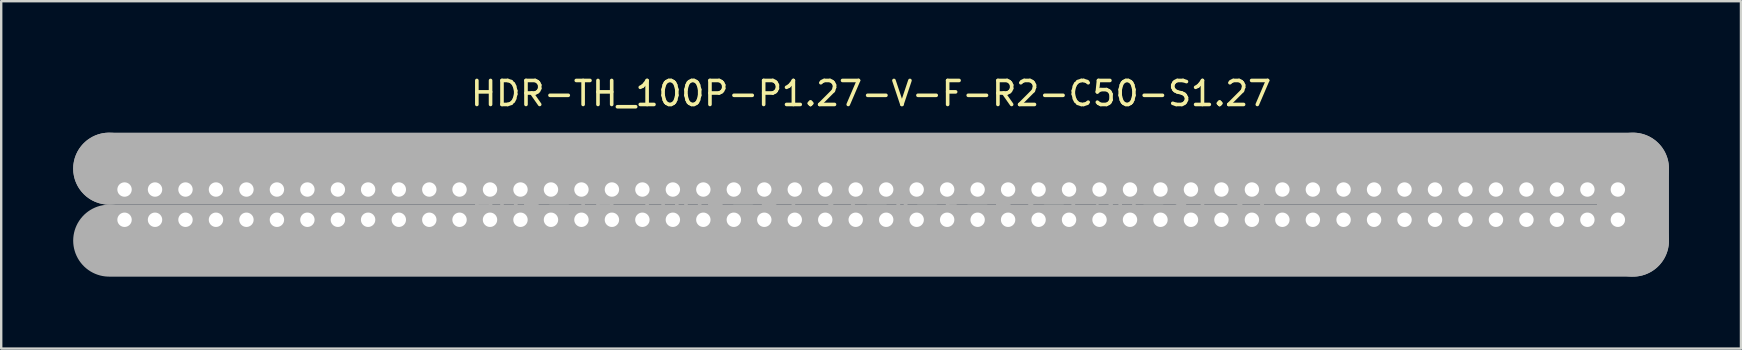
<source format=kicad_pcb>
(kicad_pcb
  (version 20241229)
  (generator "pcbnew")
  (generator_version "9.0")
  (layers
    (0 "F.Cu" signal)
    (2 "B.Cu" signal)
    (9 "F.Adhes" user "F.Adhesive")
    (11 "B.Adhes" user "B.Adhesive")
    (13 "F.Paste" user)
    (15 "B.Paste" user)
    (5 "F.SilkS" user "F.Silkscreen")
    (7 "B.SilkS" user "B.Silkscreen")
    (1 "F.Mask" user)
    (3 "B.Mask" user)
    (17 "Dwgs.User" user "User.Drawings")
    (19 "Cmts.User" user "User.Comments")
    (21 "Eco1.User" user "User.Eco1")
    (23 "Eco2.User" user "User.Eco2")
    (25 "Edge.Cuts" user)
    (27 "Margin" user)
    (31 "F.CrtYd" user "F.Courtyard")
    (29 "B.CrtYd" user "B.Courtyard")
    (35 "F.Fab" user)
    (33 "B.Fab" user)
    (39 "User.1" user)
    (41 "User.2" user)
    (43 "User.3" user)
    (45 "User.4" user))
  (footprint "HDR-TH_100P-P1.27-V-F-R2-C50-S1.27"
    (layer "F.Cu")
    (at 33.25 5.478)
    (property "Reference" "HDR-TH_100P-P1.27-V-F-R2-C50-S1.27" (at 0 -4.63 0) (layer "F.SilkS") (effects (font (size 1 1) (thickness 0.15))))
    (attr through_hole)
    (fp_circle (center -31.24 1.78) (end -31.1 1.78) (stroke (width 0.25) (type solid)) (fill no) (layer "F.SilkS"))
    (fp_line (start -31.75 -1.5) (end -31.75 -1.5) (stroke (width 3) (type solid)) (layer "F.Fab"))
    (fp_line (start -31.75 -1.5) (end 31.75 -1.5) (stroke (width 3) (type solid)) (layer "F.Fab"))
    (fp_line (start 31.75 -1.5) (end 31.75 1.5) (stroke (width 3) (type solid)) (layer "F.Fab"))
    (fp_line (start 31.75 1.5) (end -31.75 1.5) (stroke (width 3) (type solid)) (layer "F.Fab"))
    (fp_circle (center -31.88 2.05) (end -31.85 2.05) (stroke (width 0.06) (type solid)) (fill no) (layer "F.Fab"))
    (fp_circle (center -31.11 -0.63) (end -31.01 -0.63) (stroke (width 0.2) (type solid)) (fill no) (layer "F.Fab"))
    (fp_circle (center -31.11 0.63) (end -31.01 0.63) (stroke (width 0.2) (type solid)) (fill no) (layer "F.Fab"))
    (fp_circle (center -29.84 -0.63) (end -29.74 -0.63) (stroke (width 0.2) (type solid)) (fill no) (layer "F.Fab"))
    (fp_circle (center -29.84 0.63) (end -29.74 0.63) (stroke (width 0.2) (type solid)) (fill no) (layer "F.Fab"))
    (fp_circle (center -28.57 -0.63) (end -28.47 -0.63) (stroke (width 0.2) (type solid)) (fill no) (layer "F.Fab"))
    (fp_circle (center -28.57 0.63) (end -28.47 0.63) (stroke (width 0.2) (type solid)) (fill no) (layer "F.Fab"))
    (fp_circle (center -27.3 -0.63) (end -27.2 -0.63) (stroke (width 0.2) (type solid)) (fill no) (layer "F.Fab"))
    (fp_circle (center -27.3 0.63) (end -27.2 0.63) (stroke (width 0.2) (type solid)) (fill no) (layer "F.Fab"))
    (fp_circle (center -26.03 -0.63) (end -25.93 -0.63) (stroke (width 0.2) (type solid)) (fill no) (layer "F.Fab"))
    (fp_circle (center -26.03 0.63) (end -25.93 0.63) (stroke (width 0.2) (type solid)) (fill no) (layer "F.Fab"))
    (fp_circle (center -24.76 -0.63) (end -24.66 -0.63) (stroke (width 0.2) (type solid)) (fill no) (layer "F.Fab"))
    (fp_circle (center -24.76 0.63) (end -24.66 0.63) (stroke (width 0.2) (type solid)) (fill no) (layer "F.Fab"))
    (fp_circle (center -23.49 -0.63) (end -23.39 -0.63) (stroke (width 0.2) (type solid)) (fill no) (layer "F.Fab"))
    (fp_circle (center -23.49 0.63) (end -23.39 0.63) (stroke (width 0.2) (type solid)) (fill no) (layer "F.Fab"))
    (fp_circle (center -22.22 -0.63) (end -22.12 -0.63) (stroke (width 0.2) (type solid)) (fill no) (layer "F.Fab"))
    (fp_circle (center -22.22 0.63) (end -22.12 0.63) (stroke (width 0.2) (type solid)) (fill no) (layer "F.Fab"))
    (fp_circle (center -20.96 -0.63) (end -20.86 -0.63) (stroke (width 0.2) (type solid)) (fill no) (layer "F.Fab"))
    (fp_circle (center -20.96 0.63) (end -20.86 0.63) (stroke (width 0.2) (type solid)) (fill no) (layer "F.Fab"))
    (fp_circle (center -19.68 -0.63) (end -19.58 -0.63) (stroke (width 0.2) (type solid)) (fill no) (layer "F.Fab"))
    (fp_circle (center -19.68 0.63) (end -19.58 0.63) (stroke (width 0.2) (type solid)) (fill no) (layer "F.Fab"))
    (fp_circle (center -18.41 -0.63) (end -18.31 -0.63) (stroke (width 0.2) (type solid)) (fill no) (layer "F.Fab"))
    (fp_circle (center -18.41 0.63) (end -18.31 0.63) (stroke (width 0.2) (type solid)) (fill no) (layer "F.Fab"))
    (fp_circle (center -17.15 -0.63) (end -17.05 -0.63) (stroke (width 0.2) (type solid)) (fill no) (layer "F.Fab"))
    (fp_circle (center -17.15 0.63) (end -17.05 0.63) (stroke (width 0.2) (type solid)) (fill no) (layer "F.Fab"))
    (fp_circle (center -15.88 -0.63) (end -15.78 -0.63) (stroke (width 0.2) (type solid)) (fill no) (layer "F.Fab"))
    (fp_circle (center -15.88 0.63) (end -15.78 0.63) (stroke (width 0.2) (type solid)) (fill no) (layer "F.Fab"))
    (fp_circle (center -14.61 -0.63) (end -14.51 -0.63) (stroke (width 0.2) (type solid)) (fill no) (layer "F.Fab"))
    (fp_circle (center -14.61 0.63) (end -14.51 0.63) (stroke (width 0.2) (type solid)) (fill no) (layer "F.Fab"))
    (fp_circle (center -13.34 -0.63) (end -13.24 -0.63) (stroke (width 0.2) (type solid)) (fill no) (layer "F.Fab"))
    (fp_circle (center -13.34 0.63) (end -13.24 0.63) (stroke (width 0.2) (type solid)) (fill no) (layer "F.Fab"))
    (fp_circle (center -12.07 -0.63) (end -11.97 -0.63) (stroke (width 0.2) (type solid)) (fill no) (layer "F.Fab"))
    (fp_circle (center -12.07 0.63) (end -11.97 0.63) (stroke (width 0.2) (type solid)) (fill no) (layer "F.Fab"))
    (fp_circle (center -10.8 -0.63) (end -10.7 -0.63) (stroke (width 0.2) (type solid)) (fill no) (layer "F.Fab"))
    (fp_circle (center -10.8 0.63) (end -10.7 0.63) (stroke (width 0.2) (type solid)) (fill no) (layer "F.Fab"))
    (fp_circle (center -9.53 -0.63) (end -9.43 -0.63) (stroke (width 0.2) (type solid)) (fill no) (layer "F.Fab"))
    (fp_circle (center -9.53 0.63) (end -9.43 0.63) (stroke (width 0.2) (type solid)) (fill no) (layer "F.Fab"))
    (fp_circle (center -8.26 -0.63) (end -8.16 -0.63) (stroke (width 0.2) (type solid)) (fill no) (layer "F.Fab"))
    (fp_circle (center -8.26 0.63) (end -8.16 0.63) (stroke (width 0.2) (type solid)) (fill no) (layer "F.Fab"))
    (fp_circle (center -6.99 -0.63) (end -6.89 -0.63) (stroke (width 0.2) (type solid)) (fill no) (layer "F.Fab"))
    (fp_circle (center -6.99 0.63) (end -6.89 0.63) (stroke (width 0.2) (type solid)) (fill no) (layer "F.Fab"))
    (fp_circle (center -5.72 -0.63) (end -5.62 -0.63) (stroke (width 0.2) (type solid)) (fill no) (layer "F.Fab"))
    (fp_circle (center -5.72 0.63) (end -5.62 0.63) (stroke (width 0.2) (type solid)) (fill no) (layer "F.Fab"))
    (fp_circle (center -4.45 -0.63) (end -4.35 -0.63) (stroke (width 0.2) (type solid)) (fill no) (layer "F.Fab"))
    (fp_circle (center -4.45 0.63) (end -4.35 0.63) (stroke (width 0.2) (type solid)) (fill no) (layer "F.Fab"))
    (fp_circle (center -3.18 -0.63) (end -3.08 -0.63) (stroke (width 0.2) (type solid)) (fill no) (layer "F.Fab"))
    (fp_circle (center -3.18 0.63) (end -3.08 0.63) (stroke (width 0.2) (type solid)) (fill no) (layer "F.Fab"))
    (fp_circle (center -1.91 -0.63) (end -1.81 -0.63) (stroke (width 0.2) (type solid)) (fill no) (layer "F.Fab"))
    (fp_circle (center -1.91 0.63) (end -1.81 0.63) (stroke (width 0.2) (type solid)) (fill no) (layer "F.Fab"))
    (fp_circle (center -0.64 -0.63) (end -0.54 -0.63) (stroke (width 0.2) (type solid)) (fill no) (layer "F.Fab"))
    (fp_circle (center -0.64 0.63) (end -0.54 0.63) (stroke (width 0.2) (type solid)) (fill no) (layer "F.Fab"))
    (fp_circle (center 0.63 -0.63) (end 0.73 -0.63) (stroke (width 0.2) (type solid)) (fill no) (layer "F.Fab"))
    (fp_circle (center 0.63 0.63) (end 0.73 0.63) (stroke (width 0.2) (type solid)) (fill no) (layer "F.Fab"))
    (fp_circle (center 1.9 -0.63) (end 2 -0.63) (stroke (width 0.2) (type solid)) (fill no) (layer "F.Fab"))
    (fp_circle (center 1.9 0.63) (end 2 0.63) (stroke (width 0.2) (type solid)) (fill no) (layer "F.Fab"))
    (fp_circle (center 3.17 -0.63) (end 3.27 -0.63) (stroke (width 0.2) (type solid)) (fill no) (layer "F.Fab"))
    (fp_circle (center 3.17 0.63) (end 3.27 0.63) (stroke (width 0.2) (type solid)) (fill no) (layer "F.Fab"))
    (fp_circle (center 4.44 -0.63) (end 4.54 -0.63) (stroke (width 0.2) (type solid)) (fill no) (layer "F.Fab"))
    (fp_circle (center 4.44 0.63) (end 4.54 0.63) (stroke (width 0.2) (type solid)) (fill no) (layer "F.Fab"))
    (fp_circle (center 5.71 -0.63) (end 5.81 -0.63) (stroke (width 0.2) (type solid)) (fill no) (layer "F.Fab"))
    (fp_circle (center 5.71 0.63) (end 5.81 0.63) (stroke (width 0.2) (type solid)) (fill no) (layer "F.Fab"))
    (fp_circle (center 6.98 -0.63) (end 7.08 -0.63) (stroke (width 0.2) (type solid)) (fill no) (layer "F.Fab"))
    (fp_circle (center 6.98 0.63) (end 7.08 0.63) (stroke (width 0.2) (type solid)) (fill no) (layer "F.Fab"))
    (fp_circle (center 8.25 -0.63) (end 8.35 -0.63) (stroke (width 0.2) (type solid)) (fill no) (layer "F.Fab"))
    (fp_circle (center 8.25 0.63) (end 8.35 0.63) (stroke (width 0.2) (type solid)) (fill no) (layer "F.Fab"))
    (fp_circle (center 9.52 -0.63) (end 9.62 -0.63) (stroke (width 0.2) (type solid)) (fill no) (layer "F.Fab"))
    (fp_circle (center 9.52 0.63) (end 9.62 0.63) (stroke (width 0.2) (type solid)) (fill no) (layer "F.Fab"))
    (fp_circle (center 10.79 -0.63) (end 10.89 -0.63) (stroke (width 0.2) (type solid)) (fill no) (layer "F.Fab"))
    (fp_circle (center 10.79 0.63) (end 10.89 0.63) (stroke (width 0.2) (type solid)) (fill no) (layer "F.Fab"))
    (fp_circle (center 12.06 -0.63) (end 12.16 -0.63) (stroke (width 0.2) (type solid)) (fill no) (layer "F.Fab"))
    (fp_circle (center 12.06 0.63) (end 12.16 0.63) (stroke (width 0.2) (type solid)) (fill no) (layer "F.Fab"))
    (fp_circle (center 13.33 -0.63) (end 13.43 -0.63) (stroke (width 0.2) (type solid)) (fill no) (layer "F.Fab"))
    (fp_circle (center 13.33 0.63) (end 13.43 0.63) (stroke (width 0.2) (type solid)) (fill no) (layer "F.Fab"))
    (fp_circle (center 14.6 -0.63) (end 14.7 -0.63) (stroke (width 0.2) (type solid)) (fill no) (layer "F.Fab"))
    (fp_circle (center 14.6 0.63) (end 14.7 0.63) (stroke (width 0.2) (type solid)) (fill no) (layer "F.Fab"))
    (fp_circle (center 15.87 -0.63) (end 15.97 -0.63) (stroke (width 0.2) (type solid)) (fill no) (layer "F.Fab"))
    (fp_circle (center 15.87 0.63) (end 15.97 0.63) (stroke (width 0.2) (type solid)) (fill no) (layer "F.Fab"))
    (fp_circle (center 17.14 -0.63) (end 17.24 -0.63) (stroke (width 0.2) (type solid)) (fill no) (layer "F.Fab"))
    (fp_circle (center 17.14 0.63) (end 17.24 0.63) (stroke (width 0.2) (type solid)) (fill no) (layer "F.Fab"))
    (fp_circle (center 18.41 -0.63) (end 18.51 -0.63) (stroke (width 0.2) (type solid)) (fill no) (layer "F.Fab"))
    (fp_circle (center 18.41 0.63) (end 18.51 0.63) (stroke (width 0.2) (type solid)) (fill no) (layer "F.Fab"))
    (fp_circle (center 19.69 -0.63) (end 19.79 -0.63) (stroke (width 0.2) (type solid)) (fill no) (layer "F.Fab"))
    (fp_circle (center 19.69 0.63) (end 19.79 0.63) (stroke (width 0.2) (type solid)) (fill no) (layer "F.Fab"))
    (fp_circle (center 20.96 -0.63) (end 21.06 -0.63) (stroke (width 0.2) (type solid)) (fill no) (layer "F.Fab"))
    (fp_circle (center 20.96 0.63) (end 21.06 0.63) (stroke (width 0.2) (type solid)) (fill no) (layer "F.Fab"))
    (fp_circle (center 22.23 -0.63) (end 22.33 -0.63) (stroke (width 0.2) (type solid)) (fill no) (layer "F.Fab"))
    (fp_circle (center 22.23 0.63) (end 22.33 0.63) (stroke (width 0.2) (type solid)) (fill no) (layer "F.Fab"))
    (fp_circle (center 23.5 -0.63) (end 23.6 -0.63) (stroke (width 0.2) (type solid)) (fill no) (layer "F.Fab"))
    (fp_circle (center 23.5 0.63) (end 23.6 0.63) (stroke (width 0.2) (type solid)) (fill no) (layer "F.Fab"))
    (fp_circle (center 24.77 -0.63) (end 24.87 -0.63) (stroke (width 0.2) (type solid)) (fill no) (layer "F.Fab"))
    (fp_circle (center 24.77 0.63) (end 24.87 0.63) (stroke (width 0.2) (type solid)) (fill no) (layer "F.Fab"))
    (fp_circle (center 26.04 -0.63) (end 26.14 -0.63) (stroke (width 0.2) (type solid)) (fill no) (layer "F.Fab"))
    (fp_circle (center 26.04 0.63) (end 26.14 0.63) (stroke (width 0.2) (type solid)) (fill no) (layer "F.Fab"))
    (fp_circle (center 27.31 -0.63) (end 27.41 -0.63) (stroke (width 0.2) (type solid)) (fill no) (layer "F.Fab"))
    (fp_circle (center 27.31 0.63) (end 27.41 0.63) (stroke (width 0.2) (type solid)) (fill no) (layer "F.Fab"))
    (fp_circle (center 28.58 -0.63) (end 28.68 -0.63) (stroke (width 0.2) (type solid)) (fill no) (layer "F.Fab"))
    (fp_circle (center 28.58 0.63) (end 28.68 0.63) (stroke (width 0.2) (type solid)) (fill no) (layer "F.Fab"))
    (fp_circle (center 29.85 -0.63) (end 29.95 -0.63) (stroke (width 0.2) (type solid)) (fill no) (layer "F.Fab"))
    (fp_circle (center 29.85 0.63) (end 29.95 0.63) (stroke (width 0.2) (type solid)) (fill no) (layer "F.Fab"))
    (fp_circle (center 31.12 -0.63) (end 31.22 -0.63) (stroke (width 0.2) (type solid)) (fill no) (layer "F.Fab"))
    (fp_circle (center 31.12 0.63) (end 31.22 0.63) (stroke (width 0.2) (type solid)) (fill no) (layer "F.Fab"))
    (fp_text user "${REFERENCE}" (at 0 0 0) (layer "F.Fab") (effects (font (size 1 1) (thickness 0.15))))
    (pad "1" thru_hole rect (at -31.11 0.63) (size 1 1) (drill 0.6) (layers "*.Cu" "*.Paste" "*.Mask"))
    (pad "2" thru_hole circle (at -31.11 -0.63 90) (size 1 1) (drill 0.6) (layers "*.Cu" "*.Paste" "*.Mask"))
    (pad "3" thru_hole circle (at -29.84 0.63 90) (size 1 1) (drill 0.6) (layers "*.Cu" "*.Paste" "*.Mask"))
    (pad "4" thru_hole circle (at -29.84 -0.63 90) (size 1 1) (drill 0.6) (layers "*.Cu" "*.Paste" "*.Mask"))
    (pad "5" thru_hole circle (at -28.57 0.63 90) (size 1 1) (drill 0.6) (layers "*.Cu" "*.Paste" "*.Mask"))
    (pad "6" thru_hole circle (at -28.57 -0.63 90) (size 1 1) (drill 0.6) (layers "*.Cu" "*.Paste" "*.Mask"))
    (pad "7" thru_hole circle (at -27.3 0.63 90) (size 1 1) (drill 0.6) (layers "*.Cu" "*.Paste" "*.Mask"))
    (pad "8" thru_hole circle (at -27.3 -0.63 90) (size 1 1) (drill 0.6) (layers "*.Cu" "*.Paste" "*.Mask"))
    (pad "9" thru_hole circle (at -26.03 0.63 90) (size 1 1) (drill 0.6) (layers "*.Cu" "*.Paste" "*.Mask"))
    (pad "10" thru_hole circle (at -26.03 -0.63 90) (size 1 1) (drill 0.6) (layers "*.Cu" "*.Paste" "*.Mask"))
    (pad "11" thru_hole circle (at -24.76 0.63 90) (size 1 1) (drill 0.6) (layers "*.Cu" "*.Paste" "*.Mask"))
    (pad "12" thru_hole circle (at -24.76 -0.63 90) (size 1 1) (drill 0.6) (layers "*.Cu" "*.Paste" "*.Mask"))
    (pad "13" thru_hole circle (at -23.49 0.63 90) (size 1 1) (drill 0.6) (layers "*.Cu" "*.Paste" "*.Mask"))
    (pad "14" thru_hole circle (at -23.49 -0.63 90) (size 1 1) (drill 0.6) (layers "*.Cu" "*.Paste" "*.Mask"))
    (pad "15" thru_hole circle (at -22.22 0.63 90) (size 1 1) (drill 0.6) (layers "*.Cu" "*.Paste" "*.Mask"))
    (pad "16" thru_hole circle (at -22.22 -0.63 90) (size 1 1) (drill 0.6) (layers "*.Cu" "*.Paste" "*.Mask"))
    (pad "17" thru_hole circle (at -20.96 0.63 90) (size 1 1) (drill 0.6) (layers "*.Cu" "*.Paste" "*.Mask"))
    (pad "18" thru_hole circle (at -20.96 -0.63 90) (size 1 1) (drill 0.6) (layers "*.Cu" "*.Paste" "*.Mask"))
    (pad "19" thru_hole circle (at -19.68 0.63 90) (size 1 1) (drill 0.6) (layers "*.Cu" "*.Paste" "*.Mask"))
    (pad "20" thru_hole circle (at -19.68 -0.63 90) (size 1 1) (drill 0.6) (layers "*.Cu" "*.Paste" "*.Mask"))
    (pad "21" thru_hole circle (at -18.41 0.63 90) (size 1 1) (drill 0.6) (layers "*.Cu" "*.Paste" "*.Mask"))
    (pad "22" thru_hole circle (at -18.41 -0.63 90) (size 1 1) (drill 0.6) (layers "*.Cu" "*.Paste" "*.Mask"))
    (pad "23" thru_hole circle (at -17.15 0.63 90) (size 1 1) (drill 0.6) (layers "*.Cu" "*.Paste" "*.Mask"))
    (pad "24" thru_hole circle (at -17.15 -0.63 90) (size 1 1) (drill 0.6) (layers "*.Cu" "*.Paste" "*.Mask"))
    (pad "25" thru_hole circle (at -15.88 0.63 90) (size 1 1) (drill 0.6) (layers "*.Cu" "*.Paste" "*.Mask"))
    (pad "26" thru_hole circle (at -15.88 -0.63 90) (size 1 1) (drill 0.6) (layers "*.Cu" "*.Paste" "*.Mask"))
    (pad "27" thru_hole circle (at -14.61 0.63 90) (size 1 1) (drill 0.6) (layers "*.Cu" "*.Paste" "*.Mask"))
    (pad "28" thru_hole circle (at -14.61 -0.63 90) (size 1 1) (drill 0.6) (layers "*.Cu" "*.Paste" "*.Mask"))
    (pad "29" thru_hole circle (at -13.34 0.63 90) (size 1 1) (drill 0.6) (layers "*.Cu" "*.Paste" "*.Mask"))
    (pad "30" thru_hole circle (at -13.34 -0.63 90) (size 1 1) (drill 0.6) (layers "*.Cu" "*.Paste" "*.Mask"))
    (pad "31" thru_hole circle (at -12.07 0.63 90) (size 1 1) (drill 0.6) (layers "*.Cu" "*.Paste" "*.Mask"))
    (pad "32" thru_hole circle (at -12.07 -0.63 90) (size 1 1) (drill 0.6) (layers "*.Cu" "*.Paste" "*.Mask"))
    (pad "33" thru_hole circle (at -10.8 0.63 90) (size 1 1) (drill 0.6) (layers "*.Cu" "*.Paste" "*.Mask"))
    (pad "34" thru_hole circle (at -10.8 -0.63 90) (size 1 1) (drill 0.6) (layers "*.Cu" "*.Paste" "*.Mask"))
    (pad "35" thru_hole circle (at -9.53 0.63 90) (size 1 1) (drill 0.6) (layers "*.Cu" "*.Paste" "*.Mask"))
    (pad "36" thru_hole circle (at -9.53 -0.63 90) (size 1 1) (drill 0.6) (layers "*.Cu" "*.Paste" "*.Mask"))
    (pad "37" thru_hole circle (at -8.26 0.63 90) (size 1 1) (drill 0.6) (layers "*.Cu" "*.Paste" "*.Mask"))
    (pad "38" thru_hole circle (at -8.26 -0.63 90) (size 1 1) (drill 0.6) (layers "*.Cu" "*.Paste" "*.Mask"))
    (pad "39" thru_hole circle (at -6.99 0.63 90) (size 1 1) (drill 0.6) (layers "*.Cu" "*.Paste" "*.Mask"))
    (pad "40" thru_hole circle (at -6.99 -0.63 90) (size 1 1) (drill 0.6) (layers "*.Cu" "*.Paste" "*.Mask"))
    (pad "41" thru_hole circle (at -5.72 0.63 90) (size 1 1) (drill 0.6) (layers "*.Cu" "*.Paste" "*.Mask"))
    (pad "42" thru_hole circle (at -5.72 -0.63 90) (size 1 1) (drill 0.6) (layers "*.Cu" "*.Paste" "*.Mask"))
    (pad "43" thru_hole circle (at -4.45 0.63 90) (size 1 1) (drill 0.6) (layers "*.Cu" "*.Paste" "*.Mask"))
    (pad "44" thru_hole circle (at -4.45 -0.63 90) (size 1 1) (drill 0.6) (layers "*.Cu" "*.Paste" "*.Mask"))
    (pad "45" thru_hole circle (at -3.18 0.63 90) (size 1 1) (drill 0.6) (layers "*.Cu" "*.Paste" "*.Mask"))
    (pad "46" thru_hole circle (at -3.18 -0.63 90) (size 1 1) (drill 0.6) (layers "*.Cu" "*.Paste" "*.Mask"))
    (pad "47" thru_hole circle (at -1.91 0.63 90) (size 1 1) (drill 0.6) (layers "*.Cu" "*.Paste" "*.Mask"))
    (pad "48" thru_hole circle (at -1.91 -0.63 90) (size 1 1) (drill 0.6) (layers "*.Cu" "*.Paste" "*.Mask"))
    (pad "49" thru_hole circle (at -0.64 0.63 90) (size 1 1) (drill 0.6) (layers "*.Cu" "*.Paste" "*.Mask"))
    (pad "50" thru_hole circle (at -0.64 -0.63 90) (size 1 1) (drill 0.6) (layers "*.Cu" "*.Paste" "*.Mask"))
    (pad "51" thru_hole circle (at 0.63 0.63 90) (size 1 1) (drill 0.6) (layers "*.Cu" "*.Paste" "*.Mask"))
    (pad "52" thru_hole circle (at 0.63 -0.63 90) (size 1 1) (drill 0.6) (layers "*.Cu" "*.Paste" "*.Mask"))
    (pad "53" thru_hole circle (at 1.9 0.63 90) (size 1 1) (drill 0.6) (layers "*.Cu" "*.Paste" "*.Mask"))
    (pad "54" thru_hole circle (at 1.9 -0.63 90) (size 1 1) (drill 0.6) (layers "*.Cu" "*.Paste" "*.Mask"))
    (pad "55" thru_hole circle (at 3.17 0.63 90) (size 1 1) (drill 0.6) (layers "*.Cu" "*.Paste" "*.Mask"))
    (pad "56" thru_hole circle (at 3.17 -0.63 90) (size 1 1) (drill 0.6) (layers "*.Cu" "*.Paste" "*.Mask"))
    (pad "57" thru_hole circle (at 4.44 0.63 90) (size 1 1) (drill 0.6) (layers "*.Cu" "*.Paste" "*.Mask"))
    (pad "58" thru_hole circle (at 4.44 -0.63 90) (size 1 1) (drill 0.6) (layers "*.Cu" "*.Paste" "*.Mask"))
    (pad "59" thru_hole circle (at 5.71 0.63 90) (size 1 1) (drill 0.6) (layers "*.Cu" "*.Paste" "*.Mask"))
    (pad "60" thru_hole circle (at 5.71 -0.63 90) (size 1 1) (drill 0.6) (layers "*.Cu" "*.Paste" "*.Mask"))
    (pad "61" thru_hole circle (at 6.98 0.63 90) (size 1 1) (drill 0.6) (layers "*.Cu" "*.Paste" "*.Mask"))
    (pad "62" thru_hole circle (at 6.98 -0.63 90) (size 1 1) (drill 0.6) (layers "*.Cu" "*.Paste" "*.Mask"))
    (pad "63" thru_hole circle (at 8.25 0.63 90) (size 1 1) (drill 0.6) (layers "*.Cu" "*.Paste" "*.Mask"))
    (pad "64" thru_hole circle (at 8.25 -0.63 90) (size 1 1) (drill 0.6) (layers "*.Cu" "*.Paste" "*.Mask"))
    (pad "65" thru_hole circle (at 9.52 0.63 90) (size 1 1) (drill 0.6) (layers "*.Cu" "*.Paste" "*.Mask"))
    (pad "66" thru_hole circle (at 9.52 -0.63 90) (size 1 1) (drill 0.6) (layers "*.Cu" "*.Paste" "*.Mask"))
    (pad "67" thru_hole circle (at 10.79 0.63 90) (size 1 1) (drill 0.6) (layers "*.Cu" "*.Paste" "*.Mask"))
    (pad "68" thru_hole circle (at 10.79 -0.63 90) (size 1 1) (drill 0.6) (layers "*.Cu" "*.Paste" "*.Mask"))
    (pad "69" thru_hole circle (at 12.06 0.63 90) (size 1 1) (drill 0.6) (layers "*.Cu" "*.Paste" "*.Mask"))
    (pad "70" thru_hole circle (at 12.06 -0.63 90) (size 1 1) (drill 0.6) (layers "*.Cu" "*.Paste" "*.Mask"))
    (pad "71" thru_hole circle (at 13.33 0.63 90) (size 1 1) (drill 0.6) (layers "*.Cu" "*.Paste" "*.Mask"))
    (pad "72" thru_hole circle (at 13.33 -0.63 90) (size 1 1) (drill 0.6) (layers "*.Cu" "*.Paste" "*.Mask"))
    (pad "73" thru_hole circle (at 14.6 0.63 90) (size 1 1) (drill 0.6) (layers "*.Cu" "*.Paste" "*.Mask"))
    (pad "74" thru_hole circle (at 14.6 -0.63 90) (size 1 1) (drill 0.6) (layers "*.Cu" "*.Paste" "*.Mask"))
    (pad "75" thru_hole circle (at 15.87 0.63 90) (size 1 1) (drill 0.6) (layers "*.Cu" "*.Paste" "*.Mask"))
    (pad "76" thru_hole circle (at 15.87 -0.63 90) (size 1 1) (drill 0.6) (layers "*.Cu" "*.Paste" "*.Mask"))
    (pad "77" thru_hole circle (at 17.14 0.63 90) (size 1 1) (drill 0.6) (layers "*.Cu" "*.Paste" "*.Mask"))
    (pad "78" thru_hole circle (at 17.14 -0.63 90) (size 1 1) (drill 0.6) (layers "*.Cu" "*.Paste" "*.Mask"))
    (pad "79" thru_hole circle (at 18.41 0.63 90) (size 1 1) (drill 0.6) (layers "*.Cu" "*.Paste" "*.Mask"))
    (pad "80" thru_hole circle (at 18.41 -0.63 90) (size 1 1) (drill 0.6) (layers "*.Cu" "*.Paste" "*.Mask"))
    (pad "81" thru_hole circle (at 19.69 0.63 90) (size 1 1) (drill 0.6) (layers "*.Cu" "*.Paste" "*.Mask"))
    (pad "82" thru_hole circle (at 19.69 -0.63 90) (size 1 1) (drill 0.6) (layers "*.Cu" "*.Paste" "*.Mask"))
    (pad "83" thru_hole circle (at 20.96 0.63 90) (size 1 1) (drill 0.6) (layers "*.Cu" "*.Paste" "*.Mask"))
    (pad "84" thru_hole circle (at 20.96 -0.63 90) (size 1 1) (drill 0.6) (layers "*.Cu" "*.Paste" "*.Mask"))
    (pad "85" thru_hole circle (at 22.23 0.63 90) (size 1 1) (drill 0.6) (layers "*.Cu" "*.Paste" "*.Mask"))
    (pad "86" thru_hole circle (at 22.23 -0.63 90) (size 1 1) (drill 0.6) (layers "*.Cu" "*.Paste" "*.Mask"))
    (pad "87" thru_hole circle (at 23.5 0.63 90) (size 1 1) (drill 0.6) (layers "*.Cu" "*.Paste" "*.Mask"))
    (pad "88" thru_hole circle (at 23.5 -0.63 90) (size 1 1) (drill 0.6) (layers "*.Cu" "*.Paste" "*.Mask"))
    (pad "89" thru_hole circle (at 24.77 0.63 90) (size 1 1) (drill 0.6) (layers "*.Cu" "*.Paste" "*.Mask"))
    (pad "90" thru_hole circle (at 24.77 -0.63 90) (size 1 1) (drill 0.6) (layers "*.Cu" "*.Paste" "*.Mask"))
    (pad "91" thru_hole circle (at 26.04 0.63 90) (size 1 1) (drill 0.6) (layers "*.Cu" "*.Paste" "*.Mask"))
    (pad "92" thru_hole circle (at 26.04 -0.63 90) (size 1 1) (drill 0.6) (layers "*.Cu" "*.Paste" "*.Mask"))
    (pad "93" thru_hole circle (at 27.31 0.63 90) (size 1 1) (drill 0.6) (layers "*.Cu" "*.Paste" "*.Mask"))
    (pad "94" thru_hole circle (at 27.31 -0.63 90) (size 1 1) (drill 0.6) (layers "*.Cu" "*.Paste" "*.Mask"))
    (pad "95" thru_hole circle (at 28.58 0.63 90) (size 1 1) (drill 0.6) (layers "*.Cu" "*.Paste" "*.Mask"))
    (pad "96" thru_hole circle (at 28.58 -0.63 90) (size 1 1) (drill 0.6) (layers "*.Cu" "*.Paste" "*.Mask"))
    (pad "97" thru_hole circle (at 29.85 0.63 90) (size 1 1) (drill 0.6) (layers "*.Cu" "*.Paste" "*.Mask"))
    (pad "98" thru_hole circle (at 29.85 -0.63 90) (size 1 1) (drill 0.6) (layers "*.Cu" "*.Paste" "*.Mask"))
    (pad "99" thru_hole circle (at 31.12 0.63 90) (size 1 1) (drill 0.6) (layers "*.Cu" "*.Paste" "*.Mask"))
    (pad "100" thru_hole circle (at 31.12 -0.63 90) (size 1 1) (drill 0.6) (layers "*.Cu" "*.Paste" "*.Mask")))
  (gr_rect
    (start -3 -3)
    (end 69.5 11.478)
    (stroke (width 0.1) (type default))
    (fill no)
    (layer "Edge.Cuts")))
</source>
